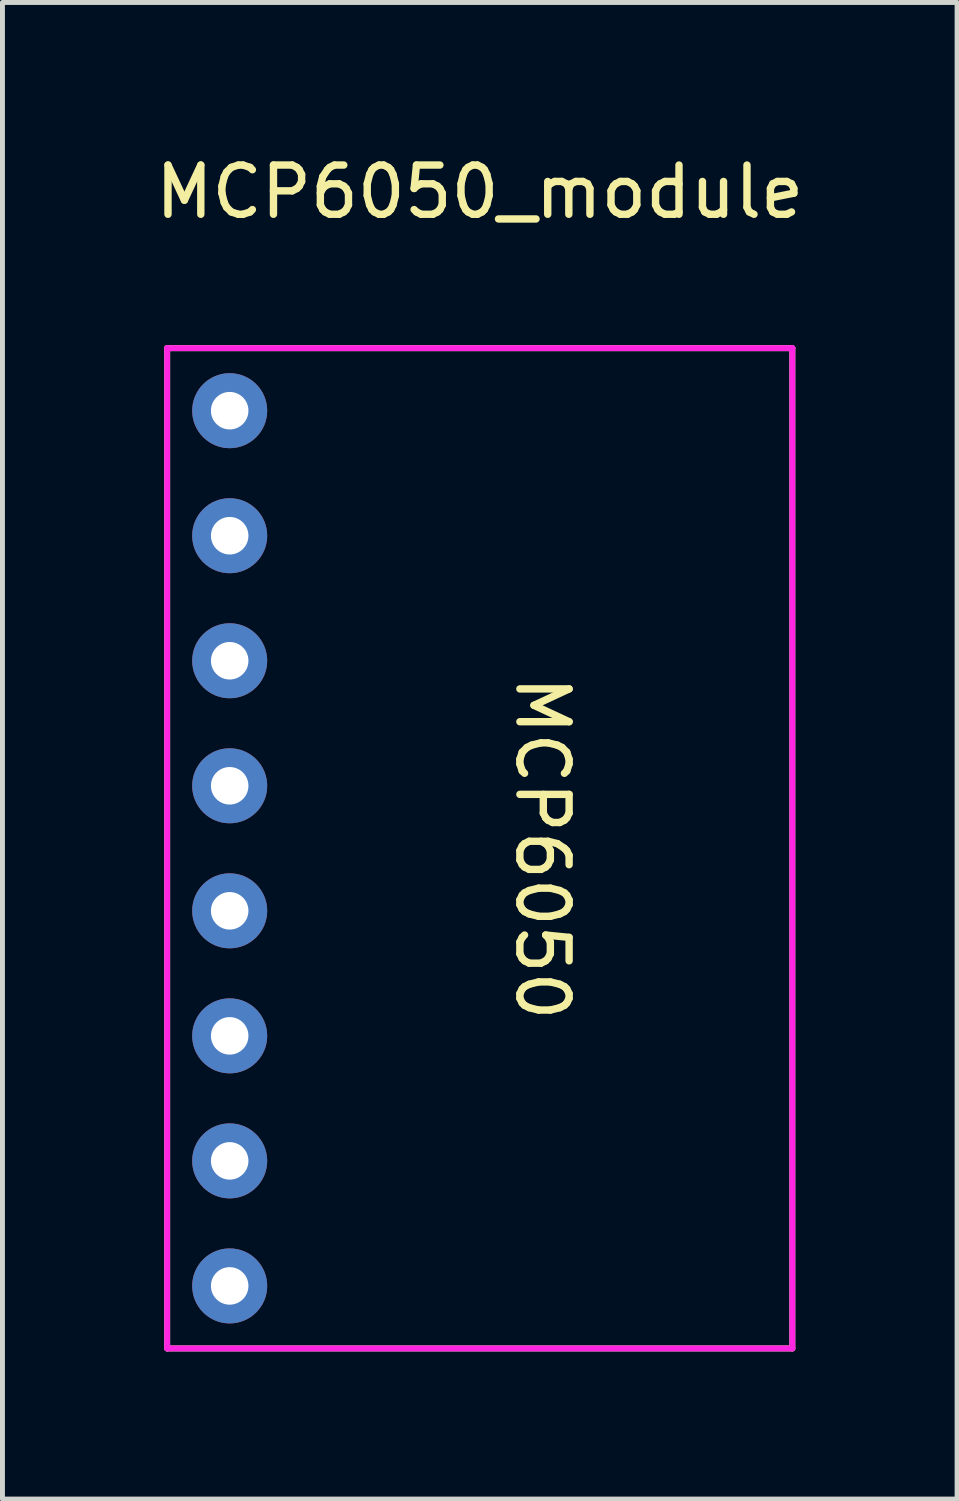
<source format=kicad_pcb>
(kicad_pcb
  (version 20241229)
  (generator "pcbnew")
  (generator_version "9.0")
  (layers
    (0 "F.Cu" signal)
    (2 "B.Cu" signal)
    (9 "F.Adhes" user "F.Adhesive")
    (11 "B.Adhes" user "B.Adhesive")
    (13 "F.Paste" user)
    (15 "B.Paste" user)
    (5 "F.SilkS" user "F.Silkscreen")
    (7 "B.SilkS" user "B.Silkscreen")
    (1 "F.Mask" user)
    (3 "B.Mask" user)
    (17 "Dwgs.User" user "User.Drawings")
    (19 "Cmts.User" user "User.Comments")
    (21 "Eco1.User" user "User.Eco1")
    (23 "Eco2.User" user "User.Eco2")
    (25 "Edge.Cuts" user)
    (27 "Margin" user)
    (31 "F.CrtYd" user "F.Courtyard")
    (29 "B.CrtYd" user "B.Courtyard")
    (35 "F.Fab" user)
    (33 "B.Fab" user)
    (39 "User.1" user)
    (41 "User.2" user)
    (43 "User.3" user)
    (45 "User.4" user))
  (footprint "MCP6050_module"
    (layer "F.Cu")
    (at 1.616 2.753)
    (property "Reference" "MCP6050_module" (at 5.08 -1.905 0) (layer "F.SilkS") (effects (font (size 1 1) (thickness 0.15))))
    (attr through_hole)
    (fp_line (start -1.27 1.27) (end -1.27 21.59) (stroke (width 0.12) (type solid)) (layer "F.SilkS"))
    (fp_line (start -1.27 1.27) (end 11.43 1.27) (stroke (width 0.12) (type solid)) (layer "F.SilkS"))
    (fp_line (start -1.27 21.59) (end 11.43 21.59) (stroke (width 0.12) (type solid)) (layer "F.SilkS"))
    (fp_line (start 11.43 21.59) (end 11.43 1.27) (stroke (width 0.12) (type solid)) (layer "F.SilkS"))
    (fp_line (start -1.27 1.27) (end 11.43 1.27) (stroke (width 0.12) (type solid)) (layer "F.CrtYd"))
    (fp_line (start -1.27 21.59) (end -1.27 1.27) (stroke (width 0.12) (type solid)) (layer "F.CrtYd"))
    (fp_line (start 11.43 1.27) (end 11.43 21.59) (stroke (width 0.12) (type solid)) (layer "F.CrtYd"))
    (fp_line (start 11.43 21.59) (end -1.27 21.59) (stroke (width 0.12) (type solid)) (layer "F.CrtYd"))
    (fp_text user "MCP6050" (at 6.35 11.43 270) (unlocked yes) (layer "F.SilkS") (effects (font (size 1 1) (thickness 0.15))))
    (pad "ADD" thru_hole circle (at 0 17.78) (size 1.524 1.524) (drill 0.762) (layers "*.Cu" "*.Mask"))
    (pad "GND" thru_hole circle (at 0 5.08) (size 1.524 1.524) (drill 0.762) (layers "*.Cu" "*.Mask"))
    (pad "INT" thru_hole circle (at 0 20.32) (size 1.524 1.524) (drill 0.762) (layers "*.Cu" "*.Mask"))
    (pad "SCL" thru_hole circle (at 0 7.62) (size 1.524 1.524) (drill 0.762) (layers "*.Cu" "*.Mask"))
    (pad "SDA" thru_hole circle (at 0 10.16) (size 1.524 1.524) (drill 0.762) (layers "*.Cu" "*.Mask"))
    (pad "VCC" thru_hole circle (at 0 2.54) (size 1.524 1.524) (drill 0.762) (layers "*.Cu" "*.Mask"))
    (pad "XCL" thru_hole circle (at 0 15.24) (size 1.524 1.524) (drill 0.762) (layers "*.Cu" "*.Mask"))
    (pad "XDA" thru_hole circle (at 0 12.7) (size 1.524 1.524) (drill 0.762) (layers "*.Cu" "*.Mask")))
  (gr_rect
    (start -3 -3)
    (end 16.393 27.403)
    (stroke (width 0.1) (type default))
    (fill no)
    (layer "Edge.Cuts")))
</source>
